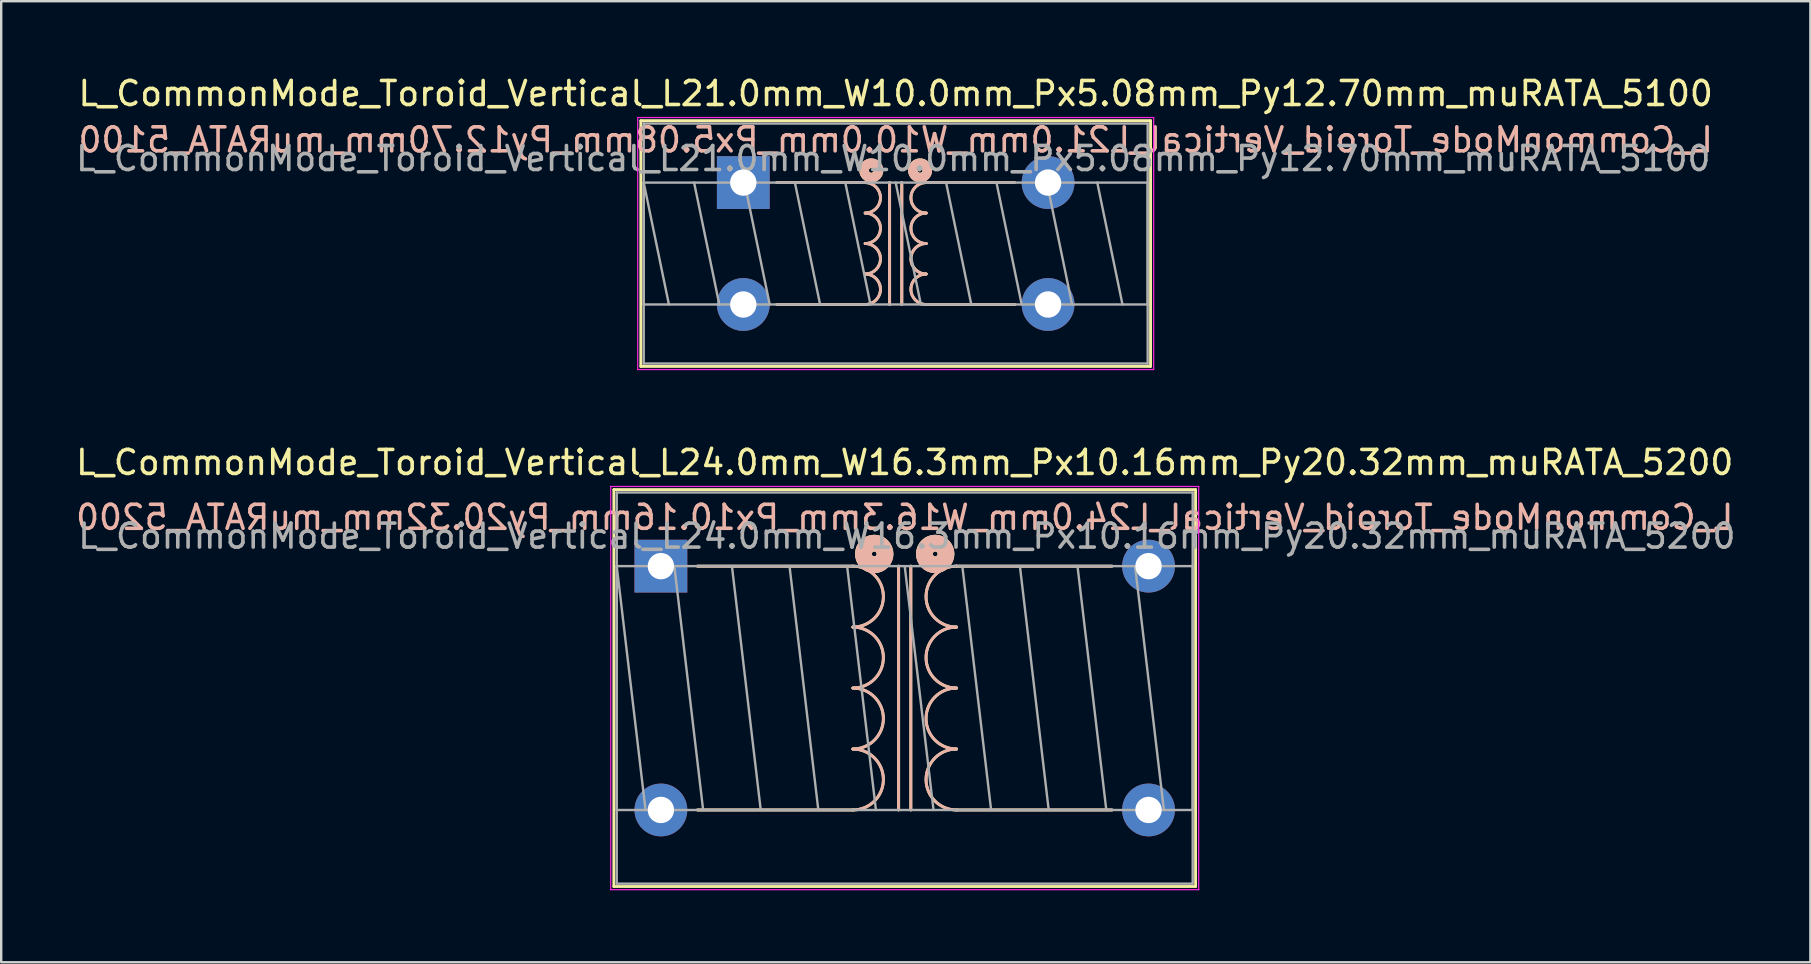
<source format=kicad_pcb>
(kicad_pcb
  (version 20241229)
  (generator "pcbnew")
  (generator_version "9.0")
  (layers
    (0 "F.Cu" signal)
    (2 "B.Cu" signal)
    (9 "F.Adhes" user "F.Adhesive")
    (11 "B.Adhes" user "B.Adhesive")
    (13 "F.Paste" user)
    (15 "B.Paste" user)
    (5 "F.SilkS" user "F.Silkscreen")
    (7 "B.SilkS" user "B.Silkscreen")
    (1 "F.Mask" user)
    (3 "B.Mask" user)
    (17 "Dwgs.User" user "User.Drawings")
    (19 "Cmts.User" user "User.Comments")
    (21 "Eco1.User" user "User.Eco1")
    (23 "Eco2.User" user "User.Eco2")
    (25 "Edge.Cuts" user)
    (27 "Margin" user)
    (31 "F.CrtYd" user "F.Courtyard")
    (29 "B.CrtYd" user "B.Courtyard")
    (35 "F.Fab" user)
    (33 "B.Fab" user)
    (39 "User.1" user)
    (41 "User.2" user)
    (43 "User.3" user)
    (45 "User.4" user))
  (footprint "L_CommonMode_Toroid_Vertical_L21.0mm_W10.0mm_Px5.08mm_Py12.70mm_muRATA_5100"
    (layer "F.Cu")
    (at 27.923 4.558)
    (property "Reference" "L_CommonMode_Toroid_Vertical_L21.0mm_W10.0mm_Px5.08mm_Py12.70mm_muRATA_5100" (at 6.35 -3.71 0) (layer "F.SilkS") (effects (font (size 1 1) (thickness 0.15))))
    (fp_line (start -4.27 -2.58) (end -4.27 7.66) (stroke (width 0.12) (type solid)) (layer "F.SilkS"))
    (fp_line (start -4.27 -2.58) (end 16.97 -2.58) (stroke (width 0.12) (type solid)) (layer "F.SilkS"))
    (fp_line (start -4.27 7.66) (end 16.97 7.66) (stroke (width 0.12) (type solid)) (layer "F.SilkS"))
    (fp_line (start 1.397 5.08) (end 5.08 5.08) (stroke (width 0.12) (type solid)) (layer "F.SilkS"))
    (fp_line (start 5.08 0) (end 1.397 0) (stroke (width 0.12) (type solid)) (layer "F.SilkS"))
    (fp_line (start 6.096 0) (end 6.096 5.08) (stroke (width 0.12) (type solid)) (layer "F.SilkS"))
    (fp_line (start 6.604 5.08) (end 6.604 0) (stroke (width 0.12) (type solid)) (layer "F.SilkS"))
    (fp_line (start 11.303 0) (end 7.62 0) (stroke (width 0.12) (type solid)) (layer "F.SilkS"))
    (fp_line (start 11.303 5.08) (end 7.62 5.08) (stroke (width 0.12) (type solid)) (layer "F.SilkS"))
    (fp_line (start 16.97 -2.58) (end 16.97 7.66) (stroke (width 0.12) (type solid)) (layer "F.SilkS"))
    (fp_arc (start 5.08 0) (mid 5.715 0.635) (end 5.08 1.27) (stroke (width 0.12) (type solid)) (layer "F.SilkS"))
    (fp_arc (start 5.08 1.27) (mid 5.715 1.905) (end 5.08 2.54) (stroke (width 0.12) (type solid)) (layer "F.SilkS"))
    (fp_arc (start 5.08 2.54) (mid 5.715 3.175) (end 5.08 3.81) (stroke (width 0.12) (type solid)) (layer "F.SilkS"))
    (fp_arc (start 5.08 3.81) (mid 5.715 4.445) (end 5.08 5.08) (stroke (width 0.12) (type solid)) (layer "F.SilkS"))
    (fp_arc (start 7.62 1.27) (mid 6.985 0.635) (end 7.62 0) (stroke (width 0.12) (type solid)) (layer "F.SilkS"))
    (fp_arc (start 7.62 2.54) (mid 6.985 1.905) (end 7.62 1.27) (stroke (width 0.12) (type solid)) (layer "F.SilkS"))
    (fp_arc (start 7.62 3.81) (mid 6.985 3.175) (end 7.62 2.54) (stroke (width 0.12) (type solid)) (layer "F.SilkS"))
    (fp_arc (start 7.62 5.08) (mid 6.985 4.445) (end 7.62 3.81) (stroke (width 0.12) (type solid)) (layer "F.SilkS"))
    (fp_circle (center 5.334 -0.508) (end 5.434 -0.508) (stroke (width 0.4) (type solid)) (fill no) (layer "F.SilkS"))
    (fp_circle (center 7.366 -0.508) (end 7.466 -0.508) (stroke (width 0.4) (type solid)) (fill no) (layer "F.SilkS"))
    (fp_line (start 1.397 0) (end 5.08 0) (stroke (width 0.12) (type solid)) (layer "B.SilkS"))
    (fp_line (start 1.397 5.08) (end 5.08 5.08) (stroke (width 0.12) (type solid)) (layer "B.SilkS"))
    (fp_line (start 6.096 5.08) (end 6.096 0) (stroke (width 0.12) (type solid)) (layer "B.SilkS"))
    (fp_line (start 6.604 0) (end 6.604 5.08) (stroke (width 0.12) (type solid)) (layer "B.SilkS"))
    (fp_line (start 7.62 0) (end 11.303 0) (stroke (width 0.12) (type solid)) (layer "B.SilkS"))
    (fp_line (start 11.303 5.08) (end 7.62 5.08) (stroke (width 0.12) (type solid)) (layer "B.SilkS"))
    (fp_arc (start 5.08 0) (mid 5.715 0.635) (end 5.08 1.27) (stroke (width 0.12) (type solid)) (layer "B.SilkS"))
    (fp_arc (start 5.08 1.27) (mid 5.715 1.905) (end 5.08 2.54) (stroke (width 0.12) (type solid)) (layer "B.SilkS"))
    (fp_arc (start 5.08 2.54) (mid 5.715 3.175) (end 5.08 3.81) (stroke (width 0.12) (type solid)) (layer "B.SilkS"))
    (fp_arc (start 5.08 3.81) (mid 5.715 4.445) (end 5.08 5.08) (stroke (width 0.12) (type solid)) (layer "B.SilkS"))
    (fp_arc (start 7.62 1.27) (mid 6.985 0.635) (end 7.62 0) (stroke (width 0.12) (type solid)) (layer "B.SilkS"))
    (fp_arc (start 7.62 2.54) (mid 6.985 1.905) (end 7.62 1.27) (stroke (width 0.12) (type solid)) (layer "B.SilkS"))
    (fp_arc (start 7.62 3.81) (mid 6.985 3.175) (end 7.62 2.54) (stroke (width 0.12) (type solid)) (layer "B.SilkS"))
    (fp_arc (start 7.62 5.08) (mid 6.985 4.445) (end 7.62 3.81) (stroke (width 0.12) (type solid)) (layer "B.SilkS"))
    (fp_circle (center 5.334 -0.508) (end 5.234 -0.508) (stroke (width 0.4) (type solid)) (fill no) (layer "B.SilkS"))
    (fp_circle (center 7.366 -0.508) (end 7.266 -0.508) (stroke (width 0.4) (type solid)) (fill no) (layer "B.SilkS"))
    (fp_line (start -4.4 -2.71) (end -4.4 7.79) (stroke (width 0.05) (type solid)) (layer "F.CrtYd"))
    (fp_line (start -4.4 7.79) (end 17.1 7.79) (stroke (width 0.05) (type solid)) (layer "F.CrtYd"))
    (fp_line (start 17.1 -2.71) (end -4.4 -2.71) (stroke (width 0.05) (type solid)) (layer "F.CrtYd"))
    (fp_line (start 17.1 7.79) (end 17.1 -2.71) (stroke (width 0.05) (type solid)) (layer "F.CrtYd"))
    (fp_line (start -4.15 -2.46) (end -4.15 7.54) (stroke (width 0.1) (type solid)) (layer "F.Fab"))
    (fp_line (start -4.15 0) (end -4.15 5.08) (stroke (width 0.1) (type solid)) (layer "F.Fab"))
    (fp_line (start -4.15 0) (end -3.1 5.08) (stroke (width 0.1) (type solid)) (layer "F.Fab"))
    (fp_line (start -4.15 5.08) (end 16.85 5.08) (stroke (width 0.1) (type solid)) (layer "F.Fab"))
    (fp_line (start -4.15 7.54) (end 16.85 7.54) (stroke (width 0.1) (type solid)) (layer "F.Fab"))
    (fp_line (start -2.05 0) (end -1 5.08) (stroke (width 0.1) (type solid)) (layer "F.Fab"))
    (fp_line (start 0.05 0) (end 1.1 5.08) (stroke (width 0.1) (type solid)) (layer "F.Fab"))
    (fp_line (start 2.15 0) (end 3.2 5.08) (stroke (width 0.1) (type solid)) (layer "F.Fab"))
    (fp_line (start 4.25 0) (end 5.3 5.08) (stroke (width 0.1) (type solid)) (layer "F.Fab"))
    (fp_line (start 6.35 0) (end 7.4 5.08) (stroke (width 0.1) (type solid)) (layer "F.Fab"))
    (fp_line (start 8.45 0) (end 9.5 5.08) (stroke (width 0.1) (type solid)) (layer "F.Fab"))
    (fp_line (start 10.55 0) (end 11.6 5.08) (stroke (width 0.1) (type solid)) (layer "F.Fab"))
    (fp_line (start 12.65 0) (end 13.7 5.08) (stroke (width 0.1) (type solid)) (layer "F.Fab"))
    (fp_line (start 14.75 0) (end 15.8 5.08) (stroke (width 0.1) (type solid)) (layer "F.Fab"))
    (fp_line (start 16.85 -2.46) (end -4.15 -2.46) (stroke (width 0.1) (type solid)) (layer "F.Fab"))
    (fp_line (start 16.85 0) (end -4.15 0) (stroke (width 0.1) (type solid)) (layer "F.Fab"))
    (fp_line (start 16.85 5.08) (end 16.85 0) (stroke (width 0.1) (type solid)) (layer "F.Fab"))
    (fp_line (start 16.85 7.54) (end 16.85 -2.46) (stroke (width 0.1) (type solid)) (layer "F.Fab"))
    (fp_text user "${REFERENCE}" (at 6.35 -1.778 0) (layer "B.SilkS") (effects (font (size 1 1) (thickness 0.15)) (justify mirror)))
    (fp_text user "${REFERENCE}" (at 6.25 -1 0) (layer "F.Fab") (effects (font (size 1 1) (thickness 0.15))))
    (pad "1" thru_hole rect (at 0 0) (size 2.2 2.2) (drill 1.1) (layers "*.Cu" "*.Mask"))
    (pad "2" thru_hole circle (at 0 5.08) (size 2.2 2.2) (drill 1.1) (layers "*.Cu" "*.Mask"))
    (pad "3" thru_hole circle (at 12.7 5.08) (size 2.2 2.2) (drill 1.1) (layers "*.Cu" "*.Mask"))
    (pad "4" thru_hole circle (at 12.7 0) (size 2.2 2.2) (drill 1.1) (layers "*.Cu" "*.Mask")))
  (footprint "L_CommonMode_Toroid_Vertical_L24.0mm_W16.3mm_Px10.16mm_Py20.32mm_muRATA_5200"
    (layer "F.Cu")
    (at 24.489 20.541)
    (property "Reference" "L_CommonMode_Toroid_Vertical_L24.0mm_W16.3mm_Px10.16mm_Py20.32mm_muRATA_5200" (at 10.16 -4.32 0) (layer "F.SilkS") (effects (font (size 1 1) (thickness 0.15))))
    (fp_line (start -1.96 -3.19) (end -1.96 13.35) (stroke (width 0.12) (type solid)) (layer "F.SilkS"))
    (fp_line (start -1.96 -3.19) (end 22.28 -3.19) (stroke (width 0.12) (type solid)) (layer "F.SilkS"))
    (fp_line (start -1.96 13.35) (end 22.28 13.35) (stroke (width 0.12) (type solid)) (layer "F.SilkS"))
    (fp_line (start 1.524 0) (end 8.001 0) (stroke (width 0.12) (type solid)) (layer "F.SilkS"))
    (fp_line (start 1.524 10.16) (end 8.001 10.16) (stroke (width 0.12) (type solid)) (layer "F.SilkS"))
    (fp_line (start 9.906 10.16) (end 9.906 0) (stroke (width 0.12) (type solid)) (layer "F.SilkS"))
    (fp_line (start 10.414 0) (end 10.414 10.16) (stroke (width 0.12) (type solid)) (layer "F.SilkS"))
    (fp_line (start 12.319 0) (end 18.796 0) (stroke (width 0.12) (type solid)) (layer "F.SilkS"))
    (fp_line (start 12.319 10.16) (end 18.796 10.16) (stroke (width 0.12) (type solid)) (layer "F.SilkS"))
    (fp_line (start 22.28 -3.19) (end 22.28 13.35) (stroke (width 0.12) (type solid)) (layer "F.SilkS"))
    (fp_arc (start 8.001 0) (mid 9.271 1.27) (end 8.001 2.54) (stroke (width 0.12) (type solid)) (layer "F.SilkS"))
    (fp_arc (start 8.001 2.54) (mid 9.271 3.81) (end 8.001 5.08) (stroke (width 0.12) (type solid)) (layer "F.SilkS"))
    (fp_arc (start 8.001 5.08) (mid 9.271 6.35) (end 8.001 7.62) (stroke (width 0.12) (type solid)) (layer "F.SilkS"))
    (fp_arc (start 8.001 7.62) (mid 9.271 8.89) (end 8.001 10.16) (stroke (width 0.12) (type solid)) (layer "F.SilkS"))
    (fp_arc (start 12.319 2.54) (mid 11.049 1.27) (end 12.319 0) (stroke (width 0.12) (type solid)) (layer "F.SilkS"))
    (fp_arc (start 12.319 5.08) (mid 11.049 3.81) (end 12.319 2.54) (stroke (width 0.12) (type solid)) (layer "F.SilkS"))
    (fp_arc (start 12.319 7.62) (mid 11.049 6.35) (end 12.319 5.08) (stroke (width 0.12) (type solid)) (layer "F.SilkS"))
    (fp_arc (start 12.319 10.16) (mid 11.049 8.89) (end 12.319 7.62) (stroke (width 0.12) (type solid)) (layer "F.SilkS"))
    (fp_circle (center 8.89 -0.508) (end 8.99 -0.508) (stroke (width 0.7) (type solid)) (fill no) (layer "F.SilkS"))
    (fp_circle (center 11.43 -0.508) (end 11.53 -0.508) (stroke (width 0.7) (type solid)) (fill no) (layer "F.SilkS"))
    (fp_line (start 8.001 0) (end 1.524 0) (stroke (width 0.12) (type solid)) (layer "B.SilkS"))
    (fp_line (start 8.001 10.16) (end 1.524 10.16) (stroke (width 0.12) (type solid)) (layer "B.SilkS"))
    (fp_line (start 9.906 0) (end 9.906 10.16) (stroke (width 0.12) (type solid)) (layer "B.SilkS"))
    (fp_line (start 10.414 10.16) (end 10.414 0) (stroke (width 0.12) (type solid)) (layer "B.SilkS"))
    (fp_line (start 18.796 0) (end 12.319 0) (stroke (width 0.12) (type solid)) (layer "B.SilkS"))
    (fp_line (start 18.796 10.16) (end 12.319 10.16) (stroke (width 0.12) (type solid)) (layer "B.SilkS"))
    (fp_arc (start 8.001 0) (mid 9.271 1.27) (end 8.001 2.54) (stroke (width 0.12) (type solid)) (layer "B.SilkS"))
    (fp_arc (start 8.001 2.54) (mid 9.271 3.81) (end 8.001 5.08) (stroke (width 0.12) (type solid)) (layer "B.SilkS"))
    (fp_arc (start 8.001 5.08) (mid 9.271 6.35) (end 8.001 7.62) (stroke (width 0.12) (type solid)) (layer "B.SilkS"))
    (fp_arc (start 8.001 7.62) (mid 9.271 8.89) (end 8.001 10.16) (stroke (width 0.12) (type solid)) (layer "B.SilkS"))
    (fp_arc (start 12.319 2.54) (mid 11.049 1.27) (end 12.319 0) (stroke (width 0.12) (type solid)) (layer "B.SilkS"))
    (fp_arc (start 12.319 5.08) (mid 11.049 3.81) (end 12.319 2.54) (stroke (width 0.12) (type solid)) (layer "B.SilkS"))
    (fp_arc (start 12.319 7.62) (mid 11.049 6.35) (end 12.319 5.08) (stroke (width 0.12) (type solid)) (layer "B.SilkS"))
    (fp_arc (start 12.319 10.16) (mid 11.049 8.89) (end 12.319 7.62) (stroke (width 0.12) (type solid)) (layer "B.SilkS"))
    (fp_circle (center 8.89 -0.508) (end 8.79 -0.508) (stroke (width 0.7) (type solid)) (fill no) (layer "B.SilkS"))
    (fp_circle (center 11.43 -0.508) (end 11.33 -0.508) (stroke (width 0.7) (type solid)) (fill no) (layer "B.SilkS"))
    (fp_line (start -2.09 -3.32) (end -2.09 13.48) (stroke (width 0.05) (type solid)) (layer "F.CrtYd"))
    (fp_line (start -2.09 13.48) (end 22.41 13.48) (stroke (width 0.05) (type solid)) (layer "F.CrtYd"))
    (fp_line (start 22.41 -3.32) (end -2.09 -3.32) (stroke (width 0.05) (type solid)) (layer "F.CrtYd"))
    (fp_line (start 22.41 13.48) (end 22.41 -3.32) (stroke (width 0.05) (type solid)) (layer "F.CrtYd"))
    (fp_line (start -1.84 -3.07) (end -1.84 13.23) (stroke (width 0.1) (type solid)) (layer "F.Fab"))
    (fp_line (start -1.84 0) (end -1.84 10.16) (stroke (width 0.1) (type solid)) (layer "F.Fab"))
    (fp_line (start -1.84 0) (end -0.64 10.16) (stroke (width 0.1) (type solid)) (layer "F.Fab"))
    (fp_line (start -1.84 10.16) (end 22.16 10.16) (stroke (width 0.1) (type solid)) (layer "F.Fab"))
    (fp_line (start -1.84 13.23) (end 22.16 13.23) (stroke (width 0.1) (type solid)) (layer "F.Fab"))
    (fp_line (start 0.56 0) (end 1.76 10.16) (stroke (width 0.1) (type solid)) (layer "F.Fab"))
    (fp_line (start 2.96 0) (end 4.16 10.16) (stroke (width 0.1) (type solid)) (layer "F.Fab"))
    (fp_line (start 5.36 0) (end 6.56 10.16) (stroke (width 0.1) (type solid)) (layer "F.Fab"))
    (fp_line (start 7.76 0) (end 8.96 10.16) (stroke (width 0.1) (type solid)) (layer "F.Fab"))
    (fp_line (start 10.16 0) (end 11.36 10.16) (stroke (width 0.1) (type solid)) (layer "F.Fab"))
    (fp_line (start 12.56 0) (end 13.76 10.16) (stroke (width 0.1) (type solid)) (layer "F.Fab"))
    (fp_line (start 14.96 0) (end 16.16 10.16) (stroke (width 0.1) (type solid)) (layer "F.Fab"))
    (fp_line (start 17.36 0) (end 18.56 10.16) (stroke (width 0.1) (type solid)) (layer "F.Fab"))
    (fp_line (start 19.76 0) (end 20.96 10.16) (stroke (width 0.1) (type solid)) (layer "F.Fab"))
    (fp_line (start 22.16 -3.07) (end -1.84 -3.07) (stroke (width 0.1) (type solid)) (layer "F.Fab"))
    (fp_line (start 22.16 0) (end -1.84 0) (stroke (width 0.1) (type solid)) (layer "F.Fab"))
    (fp_line (start 22.16 10.16) (end 22.16 0) (stroke (width 0.1) (type solid)) (layer "F.Fab"))
    (fp_line (start 22.16 13.23) (end 22.16 -3.07) (stroke (width 0.1) (type solid)) (layer "F.Fab"))
    (fp_text user "${REFERENCE}" (at 10.16 -2.032 0) (layer "B.SilkS") (effects (font (size 1 1) (thickness 0.15)) (justify mirror)))
    (fp_text user "${REFERENCE}" (at 10.25 -1.25 0) (layer "F.Fab") (effects (font (size 1 1) (thickness 0.15))))
    (pad "1" thru_hole rect (at 0 0) (size 2.2 2.2) (drill 1.1) (layers "*.Cu" "*.Mask"))
    (pad "2" thru_hole circle (at 0 10.16) (size 2.2 2.2) (drill 1.1) (layers "*.Cu" "*.Mask"))
    (pad "3" thru_hole circle (at 20.32 10.16) (size 2.2 2.2) (drill 1.1) (layers "*.Cu" "*.Mask"))
    (pad "4" thru_hole circle (at 20.32 0) (size 2.2 2.2) (drill 1.1) (layers "*.Cu" "*.Mask")))
  (gr_rect
    (start -3 -3)
    (end 72.388 37.047)
    (stroke (width 0.1) (type default))
    (fill no)
    (layer "Edge.Cuts")))
</source>
